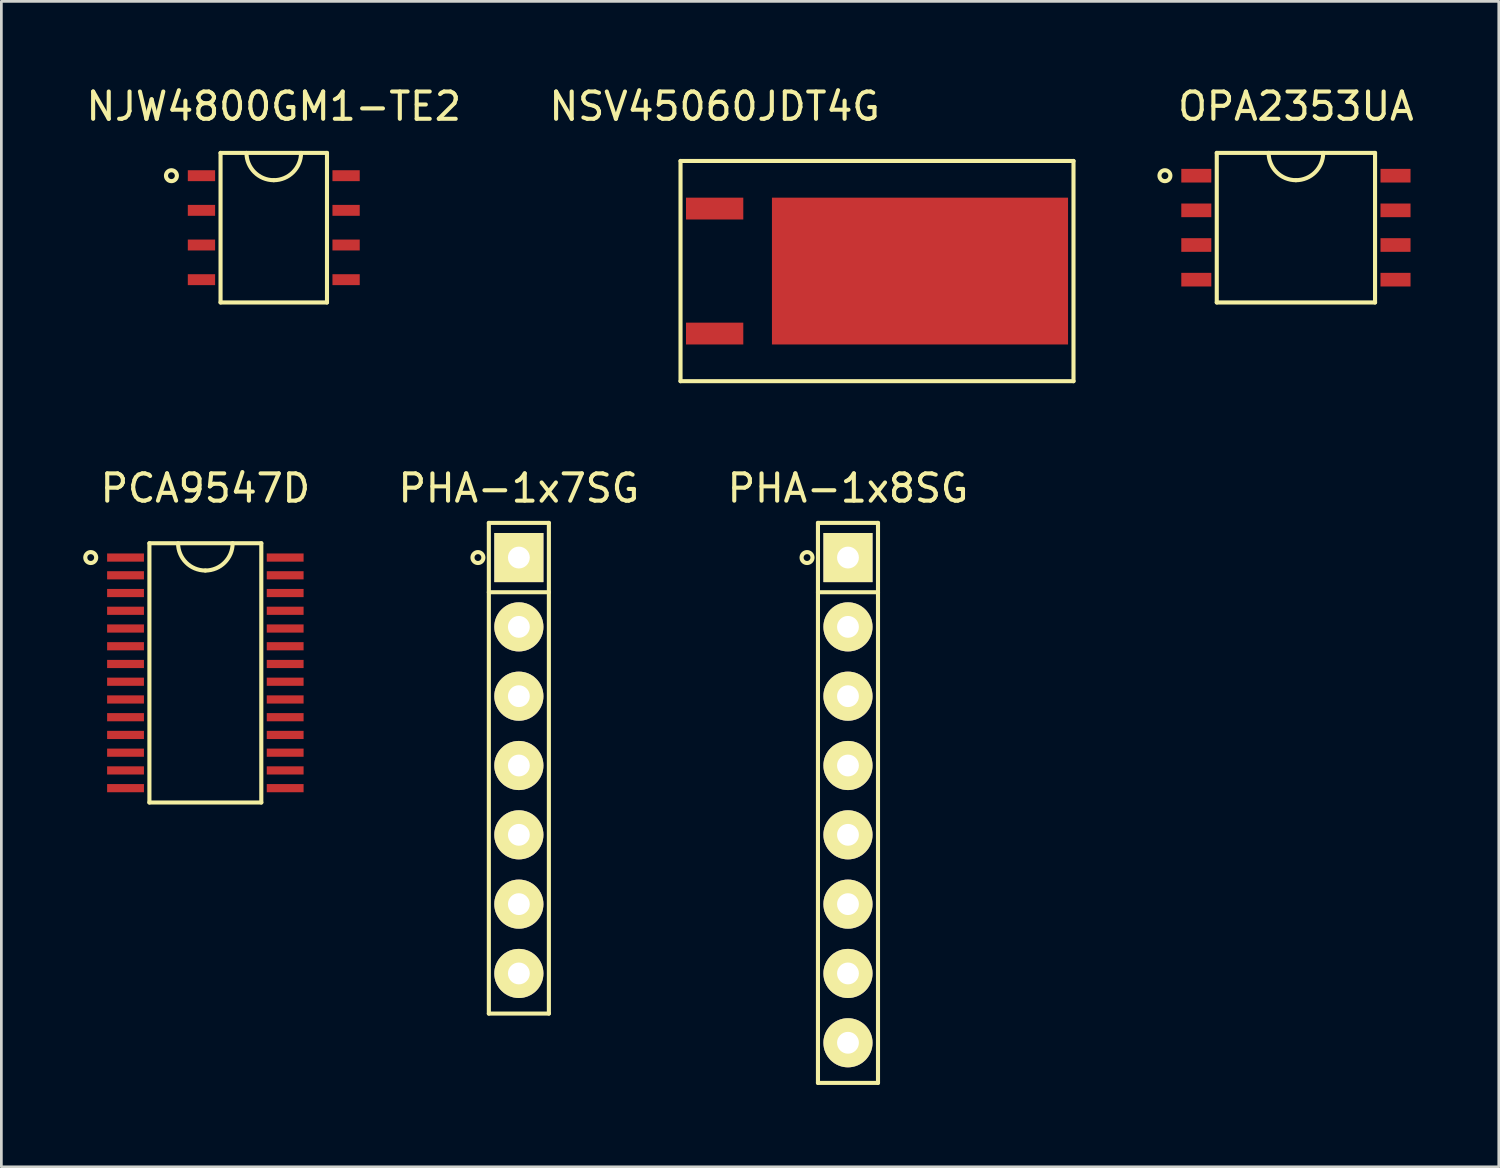
<source format=kicad_pcb>
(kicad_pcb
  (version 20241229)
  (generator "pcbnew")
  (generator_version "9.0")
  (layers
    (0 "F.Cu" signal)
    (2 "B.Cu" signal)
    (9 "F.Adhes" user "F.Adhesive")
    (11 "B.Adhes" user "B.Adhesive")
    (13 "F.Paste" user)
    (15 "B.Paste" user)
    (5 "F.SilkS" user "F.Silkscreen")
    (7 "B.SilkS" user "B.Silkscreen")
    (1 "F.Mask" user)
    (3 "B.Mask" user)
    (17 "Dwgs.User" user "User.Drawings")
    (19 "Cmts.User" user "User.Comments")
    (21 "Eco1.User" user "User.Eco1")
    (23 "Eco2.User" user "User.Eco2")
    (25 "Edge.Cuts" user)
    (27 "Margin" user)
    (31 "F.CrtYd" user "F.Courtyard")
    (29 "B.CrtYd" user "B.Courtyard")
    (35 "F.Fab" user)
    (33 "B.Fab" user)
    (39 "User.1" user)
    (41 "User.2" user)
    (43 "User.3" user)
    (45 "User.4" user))
  (footprint "PCA9547D"
    (layer "F.Cu")
    (at 1.55 17.381)
    (property "Reference" "PCA9547D" (at 2.925 -2.54 0) (layer "F.SilkS") (effects (font (size 1 1) (thickness 0.15))))
    (attr through_hole)
    (fp_line (start 0.875 -0.525) (end 4.975 -0.525) (stroke (width 0.15) (type solid)) (layer "F.SilkS"))
    (fp_line (start 0.875 8.975) (end 0.875 -0.525) (stroke (width 0.15) (type solid)) (layer "F.SilkS"))
    (fp_line (start 4.975 -0.525) (end 4.975 8.975) (stroke (width 0.15) (type solid)) (layer "F.SilkS"))
    (fp_line (start 4.975 8.975) (end 0.875 8.975) (stroke (width 0.15) (type solid)) (layer "F.SilkS"))
    (fp_arc (start 2.925 0.475) (mid 2.217893 0.182107) (end 1.925 -0.525) (stroke (width 0.15) (type solid)) (layer "F.SilkS"))
    (fp_arc (start 3.925 -0.525) (mid 3.632107 0.182107) (end 2.925 0.475) (stroke (width 0.15) (type solid)) (layer "F.SilkS"))
    (fp_circle (center -1.275 0) (end -1.275 0.2) (stroke (width 0.15) (type solid)) (fill no) (layer "F.SilkS"))
    (pad "1" smd rect (at 0 0) (size 1.35 0.3) (layers "F.Cu" "F.Mask" "F.Paste"))
    (pad "2" smd rect (at 0 0.65) (size 1.35 0.3) (layers "F.Cu" "F.Mask" "F.Paste"))
    (pad "3" smd rect (at 0 1.3) (size 1.35 0.3) (layers "F.Cu" "F.Mask" "F.Paste"))
    (pad "4" smd rect (at 0 1.95) (size 1.35 0.3) (layers "F.Cu" "F.Mask" "F.Paste"))
    (pad "5" smd rect (at 0 2.6) (size 1.35 0.3) (layers "F.Cu" "F.Mask" "F.Paste"))
    (pad "6" smd rect (at 0 3.25) (size 1.35 0.3) (layers "F.Cu" "F.Mask" "F.Paste"))
    (pad "7" smd rect (at 0 3.9) (size 1.35 0.3) (layers "F.Cu" "F.Mask" "F.Paste"))
    (pad "8" smd rect (at 0 4.55) (size 1.35 0.3) (layers "F.Cu" "F.Mask" "F.Paste"))
    (pad "9" smd rect (at 0 5.2) (size 1.35 0.3) (layers "F.Cu" "F.Mask" "F.Paste"))
    (pad "10" smd rect (at 0 5.85) (size 1.35 0.3) (layers "F.Cu" "F.Mask" "F.Paste"))
    (pad "11" smd rect (at 0 6.5) (size 1.35 0.3) (layers "F.Cu" "F.Mask" "F.Paste"))
    (pad "12" smd rect (at 0 7.15) (size 1.35 0.3) (layers "F.Cu" "F.Mask" "F.Paste"))
    (pad "13" smd rect (at 0 7.8) (size 1.35 0.3) (layers "F.Cu" "F.Mask" "F.Paste"))
    (pad "14" smd rect (at 0 8.45) (size 1.35 0.3) (layers "F.Cu" "F.Mask" "F.Paste"))
    (pad "15" smd rect (at 5.85 8.45) (size 1.35 0.3) (layers "F.Cu" "F.Mask" "F.Paste"))
    (pad "16" smd rect (at 5.85 7.8) (size 1.35 0.3) (layers "F.Cu" "F.Mask" "F.Paste"))
    (pad "17" smd rect (at 5.85 7.15) (size 1.35 0.3) (layers "F.Cu" "F.Mask" "F.Paste"))
    (pad "18" smd rect (at 5.85 6.5) (size 1.35 0.3) (layers "F.Cu" "F.Mask" "F.Paste"))
    (pad "19" smd rect (at 5.85 5.85) (size 1.35 0.3) (layers "F.Cu" "F.Mask" "F.Paste"))
    (pad "20" smd rect (at 5.85 5.2) (size 1.35 0.3) (layers "F.Cu" "F.Mask" "F.Paste"))
    (pad "21" smd rect (at 5.85 4.55) (size 1.35 0.3) (layers "F.Cu" "F.Mask" "F.Paste"))
    (pad "22" smd rect (at 5.85 3.9) (size 1.35 0.3) (layers "F.Cu" "F.Mask" "F.Paste"))
    (pad "23" smd rect (at 5.85 3.25) (size 1.35 0.3) (layers "F.Cu" "F.Mask" "F.Paste"))
    (pad "24" smd rect (at 5.85 2.6) (size 1.35 0.3) (layers "F.Cu" "F.Mask" "F.Paste"))
    (pad "25" smd rect (at 5.85 1.95) (size 1.35 0.3) (layers "F.Cu" "F.Mask" "F.Paste"))
    (pad "26" smd rect (at 5.85 1.3) (size 1.35 0.3) (layers "F.Cu" "F.Mask" "F.Paste"))
    (pad "27" smd rect (at 5.85 0.65) (size 1.35 0.3) (layers "F.Cu" "F.Mask" "F.Paste"))
    (pad "28" smd rect (at 5.85 0) (size 1.35 0.3) (layers "F.Cu" "F.Mask" "F.Paste")))
  (footprint "PHA-1x8SG"
    (layer "F.Cu")
    (at 28.023 17.381)
    (property "Reference" "PHA-1x8SG" (at 0 -2.54 0) (layer "F.SilkS") (effects (font (size 1 1) (thickness 0.15))))
    (attr through_hole)
    (fp_line (start -1.1 -1.27) (end 1.1 -1.27) (stroke (width 0.15) (type solid)) (layer "F.SilkS"))
    (fp_line (start -1.1 1.27) (end 1.1 1.27) (stroke (width 0.15) (type solid)) (layer "F.SilkS"))
    (fp_line (start -1.1 19.25) (end -1.1 -1.27) (stroke (width 0.15) (type solid)) (layer "F.SilkS"))
    (fp_line (start 1.1 -1.27) (end 1.1 19.25) (stroke (width 0.15) (type solid)) (layer "F.SilkS"))
    (fp_line (start 1.1 19.25) (end -1.1 19.25) (stroke (width 0.15) (type solid)) (layer "F.SilkS"))
    (fp_circle (center -1.5 0) (end -1.5 0.2) (stroke (width 0.15) (type solid)) (fill no) (layer "F.SilkS"))
    (pad "1" thru_hole rect (at 0 0) (size 1.8 1.8) (drill 0.8) (layers "*.Cu" "*.Mask" "F.SilkS"))
    (pad "2" thru_hole circle (at 0 2.54) (size 1.8 1.8) (drill 0.8) (layers "*.Cu" "*.Mask" "F.SilkS"))
    (pad "3" thru_hole circle (at 0 5.08) (size 1.8 1.8) (drill 0.8) (layers "*.Cu" "*.Mask" "F.SilkS"))
    (pad "4" thru_hole circle (at 0 7.62) (size 1.8 1.8) (drill 0.8) (layers "*.Cu" "*.Mask" "F.SilkS"))
    (pad "5" thru_hole circle (at 0 10.16) (size 1.8 1.8) (drill 0.8) (layers "*.Cu" "*.Mask" "F.SilkS"))
    (pad "6" thru_hole circle (at 0 12.7) (size 1.8 1.8) (drill 0.8) (layers "*.Cu" "*.Mask" "F.SilkS"))
    (pad "7" thru_hole circle (at 0 15.24) (size 1.8 1.8) (drill 0.8) (layers "*.Cu" "*.Mask" "F.SilkS"))
    (pad "8" thru_hole circle (at 0 17.78) (size 1.8 1.8) (drill 0.8) (layers "*.Cu" "*.Mask" "F.SilkS")))
  (footprint "NSV45060JDT4G"
    (layer "F.Cu")
    (at 23.137 4.593)
    (property "Reference" "NSV45060JDT4G" (at 0 -3.745 0) (layer "F.SilkS") (effects (font (size 1 1) (thickness 0.15))))
    (attr through_hole)
    (fp_line (start -1.25 -1.745) (end -1.25 6.325) (stroke (width 0.15) (type solid)) (layer "F.SilkS"))
    (fp_line (start -1.25 -1.745) (end 13.15 -1.745) (stroke (width 0.15) (type solid)) (layer "F.SilkS"))
    (fp_line (start -1.25 6.325) (end 13.15 6.325) (stroke (width 0.15) (type solid)) (layer "F.SilkS"))
    (fp_line (start 13.15 6.325) (end 13.15 -1.745) (stroke (width 0.15) (type solid)) (layer "F.SilkS"))
    (pad "1" smd rect (at 0 0) (size 2.1 0.8) (layers "F.Cu" "F.Mask" "F.Paste"))
    (pad "3" smd rect (at 0 4.58) (size 2.1 0.8) (layers "F.Cu" "F.Mask" "F.Paste"))
    (pad "4" smd rect (at 7.525 2.29) (size 10.85 5.38) (layers "F.Cu" "F.Mask" "F.Paste")))
  (footprint "PHA-1x7SG"
    (layer "F.Cu")
    (at 15.963 17.381)
    (property "Reference" "PHA-1x7SG" (at 0 -2.54 0) (layer "F.SilkS") (effects (font (size 1 1) (thickness 0.15))))
    (attr through_hole)
    (fp_line (start -1.1 -1.27) (end 1.1 -1.27) (stroke (width 0.15) (type solid)) (layer "F.SilkS"))
    (fp_line (start -1.1 1.27) (end 1.1 1.27) (stroke (width 0.15) (type solid)) (layer "F.SilkS"))
    (fp_line (start -1.1 16.71) (end -1.1 -1.27) (stroke (width 0.15) (type solid)) (layer "F.SilkS"))
    (fp_line (start 1.1 -1.27) (end 1.1 16.71) (stroke (width 0.15) (type solid)) (layer "F.SilkS"))
    (fp_line (start 1.1 16.71) (end -1.1 16.71) (stroke (width 0.15) (type solid)) (layer "F.SilkS"))
    (fp_circle (center -1.5 0) (end -1.5 0.2) (stroke (width 0.15) (type solid)) (fill no) (layer "F.SilkS"))
    (pad "1" thru_hole rect (at 0 0) (size 1.8 1.8) (drill 0.8) (layers "*.Cu" "*.Mask" "F.SilkS"))
    (pad "2" thru_hole circle (at 0 2.54) (size 1.8 1.8) (drill 0.8) (layers "*.Cu" "*.Mask" "F.SilkS"))
    (pad "3" thru_hole circle (at 0 5.08) (size 1.8 1.8) (drill 0.8) (layers "*.Cu" "*.Mask" "F.SilkS"))
    (pad "4" thru_hole circle (at 0 7.62) (size 1.8 1.8) (drill 0.8) (layers "*.Cu" "*.Mask" "F.SilkS"))
    (pad "5" thru_hole circle (at 0 10.16) (size 1.8 1.8) (drill 0.8) (layers "*.Cu" "*.Mask" "F.SilkS"))
    (pad "6" thru_hole circle (at 0 12.7) (size 1.8 1.8) (drill 0.8) (layers "*.Cu" "*.Mask" "F.SilkS"))
    (pad "7" thru_hole circle (at 0 15.24) (size 1.8 1.8) (drill 0.8) (layers "*.Cu" "*.Mask" "F.SilkS")))
  (footprint "NJW4800GM1-TE2"
    (layer "F.Cu")
    (at 4.332 3.388)
    (property "Reference" "NJW4800GM1-TE2" (at 2.65 -2.54 0) (layer "F.SilkS") (effects (font (size 1 1) (thickness 0.15))))
    (attr through_hole)
    (fp_line (start 0.7 -0.835) (end 4.6 -0.835) (stroke (width 0.15) (type solid)) (layer "F.SilkS"))
    (fp_line (start 0.7 4.645) (end 0.7 -0.835) (stroke (width 0.15) (type solid)) (layer "F.SilkS"))
    (fp_line (start 4.6 -0.835) (end 4.6 4.645) (stroke (width 0.15) (type solid)) (layer "F.SilkS"))
    (fp_line (start 4.6 4.645) (end 0.7 4.645) (stroke (width 0.15) (type solid)) (layer "F.SilkS"))
    (fp_arc (start 2.65 0.165) (mid 1.942893 -0.127893) (end 1.65 -0.835) (stroke (width 0.15) (type solid)) (layer "F.SilkS"))
    (fp_arc (start 3.65 -0.835) (mid 3.357107 -0.127893) (end 2.65 0.165) (stroke (width 0.15) (type solid)) (layer "F.SilkS"))
    (fp_circle (center -1.1 0) (end -1.1 0.2) (stroke (width 0.15) (type solid)) (fill no) (layer "F.SilkS"))
    (pad "1" smd rect (at 0 0) (size 1 0.4) (layers "F.Cu" "F.Mask" "F.Paste"))
    (pad "2" smd rect (at 0 1.27) (size 1 0.4) (layers "F.Cu" "F.Mask" "F.Paste"))
    (pad "3" smd rect (at 0 2.54) (size 1 0.4) (layers "F.Cu" "F.Mask" "F.Paste"))
    (pad "4" smd rect (at 0 3.81) (size 1 0.4) (layers "F.Cu" "F.Mask" "F.Paste"))
    (pad "5" smd rect (at 5.3 3.81) (size 1 0.4) (layers "F.Cu" "F.Mask" "F.Paste"))
    (pad "6" smd rect (at 5.3 2.54) (size 1 0.4) (layers "F.Cu" "F.Mask" "F.Paste"))
    (pad "7" smd rect (at 5.3 1.27) (size 1 0.4) (layers "F.Cu" "F.Mask" "F.Paste"))
    (pad "8" smd rect (at 5.3 0) (size 1 0.4) (layers "F.Cu" "F.Mask" "F.Paste")))
  (footprint "OPA2353UA"
    (layer "F.Cu")
    (at 40.787 3.388)
    (property "Reference" "OPA2353UA" (at 3.65 -2.54 0) (layer "F.SilkS") (effects (font (size 1 1) (thickness 0.15))))
    (attr through_hole)
    (fp_line (start 0.75 -0.835) (end 6.55 -0.835) (stroke (width 0.15) (type solid)) (layer "F.SilkS"))
    (fp_line (start 0.75 4.645) (end 0.75 -0.835) (stroke (width 0.15) (type solid)) (layer "F.SilkS"))
    (fp_line (start 6.55 -0.835) (end 6.55 4.645) (stroke (width 0.15) (type solid)) (layer "F.SilkS"))
    (fp_line (start 6.55 4.645) (end 0.75 4.645) (stroke (width 0.15) (type solid)) (layer "F.SilkS"))
    (fp_arc (start 3.65 0.165) (mid 2.942893 -0.127893) (end 2.65 -0.835) (stroke (width 0.15) (type solid)) (layer "F.SilkS"))
    (fp_arc (start 4.65 -0.835) (mid 4.357107 -0.127893) (end 3.65 0.165) (stroke (width 0.15) (type solid)) (layer "F.SilkS"))
    (fp_circle (center -1.15 0) (end -1.15 0.2) (stroke (width 0.15) (type solid)) (fill no) (layer "F.SilkS"))
    (pad "1" smd rect (at 0 0) (size 1.1 0.5) (layers "F.Cu" "F.Mask" "F.Paste"))
    (pad "2" smd rect (at 0 1.27) (size 1.1 0.5) (layers "F.Cu" "F.Mask" "F.Paste"))
    (pad "3" smd rect (at 0 2.54) (size 1.1 0.5) (layers "F.Cu" "F.Mask" "F.Paste"))
    (pad "4" smd rect (at 0 3.81) (size 1.1 0.5) (layers "F.Cu" "F.Mask" "F.Paste"))
    (pad "5" smd rect (at 7.3 3.81) (size 1.1 0.5) (layers "F.Cu" "F.Mask" "F.Paste"))
    (pad "6" smd rect (at 7.3 2.54) (size 1.1 0.5) (layers "F.Cu" "F.Mask" "F.Paste"))
    (pad "7" smd rect (at 7.3 1.27) (size 1.1 0.5) (layers "F.Cu" "F.Mask" "F.Paste"))
    (pad "8" smd rect (at 7.3 0) (size 1.1 0.5) (layers "F.Cu" "F.Mask" "F.Paste")))
  (gr_rect
    (start -3 -3)
    (end 51.871 39.706)
    (stroke (width 0.1) (type default))
    (fill no)
    (layer "Edge.Cuts")))
</source>
